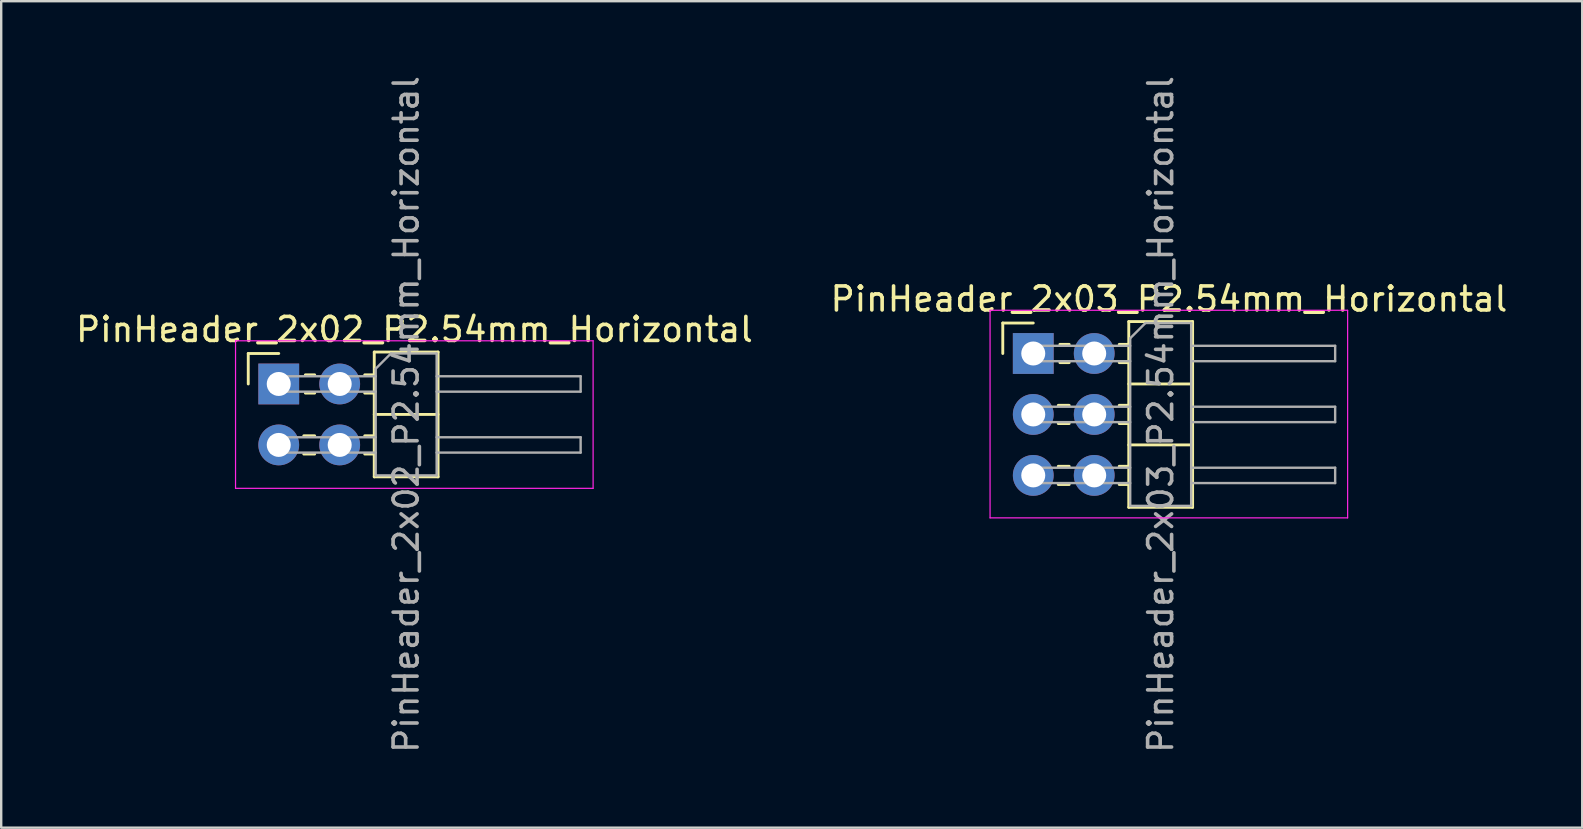
<source format=kicad_pcb>
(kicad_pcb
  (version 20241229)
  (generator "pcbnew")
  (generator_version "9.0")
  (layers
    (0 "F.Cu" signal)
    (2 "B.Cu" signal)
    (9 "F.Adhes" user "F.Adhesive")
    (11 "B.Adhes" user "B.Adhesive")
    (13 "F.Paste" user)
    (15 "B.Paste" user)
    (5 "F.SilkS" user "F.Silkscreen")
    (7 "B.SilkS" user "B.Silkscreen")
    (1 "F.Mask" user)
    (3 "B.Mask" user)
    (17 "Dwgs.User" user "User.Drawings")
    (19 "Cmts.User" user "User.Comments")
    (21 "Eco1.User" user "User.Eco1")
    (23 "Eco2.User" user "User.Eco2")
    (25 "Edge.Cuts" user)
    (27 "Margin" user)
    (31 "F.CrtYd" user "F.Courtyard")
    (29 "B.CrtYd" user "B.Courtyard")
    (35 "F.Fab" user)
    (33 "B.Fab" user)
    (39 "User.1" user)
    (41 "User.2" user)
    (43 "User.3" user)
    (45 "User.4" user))
  (footprint "PinHeader_2x03_P2.54mm_Horizontal"
    (layer "F.Cu")
    (at 40.006 11.68)
    (property "Reference" "PinHeader_2x03_P2.54mm_Horizontal" (at 5.655 -2.27 0) (layer "F.SilkS") (effects (font (size 1 1) (thickness 0.15))))
    (attr through_hole)
    (fp_line (start -1.27 -1.27) (end 0 -1.27) (stroke (width 0.12) (type solid)) (layer "F.SilkS"))
    (fp_line (start -1.27 0) (end -1.27 -1.27) (stroke (width 0.12) (type solid)) (layer "F.SilkS"))
    (fp_line (start 1.043 2.16) (end 1.497 2.16) (stroke (width 0.12) (type solid)) (layer "F.SilkS"))
    (fp_line (start 1.043 2.92) (end 1.497 2.92) (stroke (width 0.12) (type solid)) (layer "F.SilkS"))
    (fp_line (start 1.043 4.7) (end 1.497 4.7) (stroke (width 0.12) (type solid)) (layer "F.SilkS"))
    (fp_line (start 1.043 5.46) (end 1.497 5.46) (stroke (width 0.12) (type solid)) (layer "F.SilkS"))
    (fp_line (start 1.11 -0.38) (end 1.497 -0.38) (stroke (width 0.12) (type solid)) (layer "F.SilkS"))
    (fp_line (start 1.11 0.38) (end 1.497 0.38) (stroke (width 0.12) (type solid)) (layer "F.SilkS"))
    (fp_line (start 3.583 -0.38) (end 3.98 -0.38) (stroke (width 0.12) (type solid)) (layer "F.SilkS"))
    (fp_line (start 3.583 0.38) (end 3.98 0.38) (stroke (width 0.12) (type solid)) (layer "F.SilkS"))
    (fp_line (start 3.583 2.16) (end 3.98 2.16) (stroke (width 0.12) (type solid)) (layer "F.SilkS"))
    (fp_line (start 3.583 2.92) (end 3.98 2.92) (stroke (width 0.12) (type solid)) (layer "F.SilkS"))
    (fp_line (start 3.583 4.7) (end 3.98 4.7) (stroke (width 0.12) (type solid)) (layer "F.SilkS"))
    (fp_line (start 3.583 5.46) (end 3.98 5.46) (stroke (width 0.12) (type solid)) (layer "F.SilkS"))
    (fp_line (start 3.98 -1.33) (end 3.98 6.41) (stroke (width 0.12) (type solid)) (layer "F.SilkS"))
    (fp_line (start 3.98 1.27) (end 6.64 1.27) (stroke (width 0.12) (type solid)) (layer "F.SilkS"))
    (fp_line (start 3.98 3.81) (end 6.64 3.81) (stroke (width 0.12) (type solid)) (layer "F.SilkS"))
    (fp_line (start 3.98 6.41) (end 6.64 6.41) (stroke (width 0.12) (type solid)) (layer "F.SilkS"))
    (fp_line (start 6.64 -1.33) (end 3.98 -1.33) (stroke (width 0.12) (type solid)) (layer "F.SilkS"))
    (fp_line (start 6.64 6.41) (end 6.64 -1.33) (stroke (width 0.12) (type solid)) (layer "F.SilkS"))
    (fp_line (start -1.8 -1.8) (end -1.8 6.85) (stroke (width 0.05) (type solid)) (layer "F.CrtYd"))
    (fp_line (start -1.8 6.85) (end 13.1 6.85) (stroke (width 0.05) (type solid)) (layer "F.CrtYd"))
    (fp_line (start 13.1 -1.8) (end -1.8 -1.8) (stroke (width 0.05) (type solid)) (layer "F.CrtYd"))
    (fp_line (start 13.1 6.85) (end 13.1 -1.8) (stroke (width 0.05) (type solid)) (layer "F.CrtYd"))
    (fp_line (start -0.32 -0.32) (end -0.32 0.32) (stroke (width 0.1) (type solid)) (layer "F.Fab"))
    (fp_line (start -0.32 -0.32) (end 4.04 -0.32) (stroke (width 0.1) (type solid)) (layer "F.Fab"))
    (fp_line (start -0.32 0.32) (end 4.04 0.32) (stroke (width 0.1) (type solid)) (layer "F.Fab"))
    (fp_line (start -0.32 2.22) (end -0.32 2.86) (stroke (width 0.1) (type solid)) (layer "F.Fab"))
    (fp_line (start -0.32 2.22) (end 4.04 2.22) (stroke (width 0.1) (type solid)) (layer "F.Fab"))
    (fp_line (start -0.32 2.86) (end 4.04 2.86) (stroke (width 0.1) (type solid)) (layer "F.Fab"))
    (fp_line (start -0.32 4.76) (end -0.32 5.4) (stroke (width 0.1) (type solid)) (layer "F.Fab"))
    (fp_line (start -0.32 4.76) (end 4.04 4.76) (stroke (width 0.1) (type solid)) (layer "F.Fab"))
    (fp_line (start -0.32 5.4) (end 4.04 5.4) (stroke (width 0.1) (type solid)) (layer "F.Fab"))
    (fp_line (start 4.04 -0.635) (end 4.675 -1.27) (stroke (width 0.1) (type solid)) (layer "F.Fab"))
    (fp_line (start 4.04 6.35) (end 4.04 -0.635) (stroke (width 0.1) (type solid)) (layer "F.Fab"))
    (fp_line (start 4.675 -1.27) (end 6.58 -1.27) (stroke (width 0.1) (type solid)) (layer "F.Fab"))
    (fp_line (start 6.58 -1.27) (end 6.58 6.35) (stroke (width 0.1) (type solid)) (layer "F.Fab"))
    (fp_line (start 6.58 -0.32) (end 12.58 -0.32) (stroke (width 0.1) (type solid)) (layer "F.Fab"))
    (fp_line (start 6.58 0.32) (end 12.58 0.32) (stroke (width 0.1) (type solid)) (layer "F.Fab"))
    (fp_line (start 6.58 2.22) (end 12.58 2.22) (stroke (width 0.1) (type solid)) (layer "F.Fab"))
    (fp_line (start 6.58 2.86) (end 12.58 2.86) (stroke (width 0.1) (type solid)) (layer "F.Fab"))
    (fp_line (start 6.58 4.76) (end 12.58 4.76) (stroke (width 0.1) (type solid)) (layer "F.Fab"))
    (fp_line (start 6.58 5.4) (end 12.58 5.4) (stroke (width 0.1) (type solid)) (layer "F.Fab"))
    (fp_line (start 6.58 6.35) (end 4.04 6.35) (stroke (width 0.1) (type solid)) (layer "F.Fab"))
    (fp_line (start 12.58 -0.32) (end 12.58 0.32) (stroke (width 0.1) (type solid)) (layer "F.Fab"))
    (fp_line (start 12.58 2.22) (end 12.58 2.86) (stroke (width 0.1) (type solid)) (layer "F.Fab"))
    (fp_line (start 12.58 4.76) (end 12.58 5.4) (stroke (width 0.1) (type solid)) (layer "F.Fab"))
    (fp_text user "${REFERENCE}" (at 5.31 2.54 90) (layer "F.Fab") (effects (font (size 1 1) (thickness 0.15))))
    (pad "1" thru_hole rect (at 0 0) (size 1.7 1.7) (drill 1) (layers "*.Cu" "*.Mask"))
    (pad "2" thru_hole oval (at 2.54 0) (size 1.7 1.7) (drill 1) (layers "*.Cu" "*.Mask"))
    (pad "3" thru_hole oval (at 0 2.54) (size 1.7 1.7) (drill 1) (layers "*.Cu" "*.Mask"))
    (pad "4" thru_hole oval (at 2.54 2.54) (size 1.7 1.7) (drill 1) (layers "*.Cu" "*.Mask"))
    (pad "5" thru_hole oval (at 0 5.08) (size 1.7 1.7) (drill 1) (layers "*.Cu" "*.Mask"))
    (pad "6" thru_hole oval (at 2.54 5.08) (size 1.7 1.7) (drill 1) (layers "*.Cu" "*.Mask")))
  (footprint "PinHeader_2x02_P2.54mm_Horizontal"
    (layer "F.Cu")
    (at 8.565 12.95)
    (property "Reference" "PinHeader_2x02_P2.54mm_Horizontal" (at 5.655 -2.27 0) (layer "F.SilkS") (effects (font (size 1 1) (thickness 0.15))))
    (attr through_hole)
    (fp_line (start -1.27 -1.27) (end 0 -1.27) (stroke (width 0.12) (type solid)) (layer "F.SilkS"))
    (fp_line (start -1.27 0) (end -1.27 -1.27) (stroke (width 0.12) (type solid)) (layer "F.SilkS"))
    (fp_line (start 1.043 2.16) (end 1.497 2.16) (stroke (width 0.12) (type solid)) (layer "F.SilkS"))
    (fp_line (start 1.043 2.92) (end 1.497 2.92) (stroke (width 0.12) (type solid)) (layer "F.SilkS"))
    (fp_line (start 1.11 -0.38) (end 1.497 -0.38) (stroke (width 0.12) (type solid)) (layer "F.SilkS"))
    (fp_line (start 1.11 0.38) (end 1.497 0.38) (stroke (width 0.12) (type solid)) (layer "F.SilkS"))
    (fp_line (start 3.583 -0.38) (end 3.98 -0.38) (stroke (width 0.12) (type solid)) (layer "F.SilkS"))
    (fp_line (start 3.583 0.38) (end 3.98 0.38) (stroke (width 0.12) (type solid)) (layer "F.SilkS"))
    (fp_line (start 3.583 2.16) (end 3.98 2.16) (stroke (width 0.12) (type solid)) (layer "F.SilkS"))
    (fp_line (start 3.583 2.92) (end 3.98 2.92) (stroke (width 0.12) (type solid)) (layer "F.SilkS"))
    (fp_line (start 3.98 -1.33) (end 3.98 3.87) (stroke (width 0.12) (type solid)) (layer "F.SilkS"))
    (fp_line (start 3.98 1.27) (end 6.64 1.27) (stroke (width 0.12) (type solid)) (layer "F.SilkS"))
    (fp_line (start 3.98 3.87) (end 6.64 3.87) (stroke (width 0.12) (type solid)) (layer "F.SilkS"))
    (fp_line (start 6.64 -1.33) (end 3.98 -1.33) (stroke (width 0.12) (type solid)) (layer "F.SilkS"))
    (fp_line (start 6.64 3.87) (end 6.64 -1.33) (stroke (width 0.12) (type solid)) (layer "F.SilkS"))
    (fp_line (start -1.8 -1.8) (end -1.8 4.35) (stroke (width 0.05) (type solid)) (layer "F.CrtYd"))
    (fp_line (start -1.8 4.35) (end 13.1 4.35) (stroke (width 0.05) (type solid)) (layer "F.CrtYd"))
    (fp_line (start 13.1 -1.8) (end -1.8 -1.8) (stroke (width 0.05) (type solid)) (layer "F.CrtYd"))
    (fp_line (start 13.1 4.35) (end 13.1 -1.8) (stroke (width 0.05) (type solid)) (layer "F.CrtYd"))
    (fp_line (start -0.32 -0.32) (end -0.32 0.32) (stroke (width 0.1) (type solid)) (layer "F.Fab"))
    (fp_line (start -0.32 -0.32) (end 4.04 -0.32) (stroke (width 0.1) (type solid)) (layer "F.Fab"))
    (fp_line (start -0.32 0.32) (end 4.04 0.32) (stroke (width 0.1) (type solid)) (layer "F.Fab"))
    (fp_line (start -0.32 2.22) (end -0.32 2.86) (stroke (width 0.1) (type solid)) (layer "F.Fab"))
    (fp_line (start -0.32 2.22) (end 4.04 2.22) (stroke (width 0.1) (type solid)) (layer "F.Fab"))
    (fp_line (start -0.32 2.86) (end 4.04 2.86) (stroke (width 0.1) (type solid)) (layer "F.Fab"))
    (fp_line (start 4.04 -0.635) (end 4.675 -1.27) (stroke (width 0.1) (type solid)) (layer "F.Fab"))
    (fp_line (start 4.04 3.81) (end 4.04 -0.635) (stroke (width 0.1) (type solid)) (layer "F.Fab"))
    (fp_line (start 4.675 -1.27) (end 6.58 -1.27) (stroke (width 0.1) (type solid)) (layer "F.Fab"))
    (fp_line (start 6.58 -1.27) (end 6.58 3.81) (stroke (width 0.1) (type solid)) (layer "F.Fab"))
    (fp_line (start 6.58 -0.32) (end 12.58 -0.32) (stroke (width 0.1) (type solid)) (layer "F.Fab"))
    (fp_line (start 6.58 0.32) (end 12.58 0.32) (stroke (width 0.1) (type solid)) (layer "F.Fab"))
    (fp_line (start 6.58 2.22) (end 12.58 2.22) (stroke (width 0.1) (type solid)) (layer "F.Fab"))
    (fp_line (start 6.58 2.86) (end 12.58 2.86) (stroke (width 0.1) (type solid)) (layer "F.Fab"))
    (fp_line (start 6.58 3.81) (end 4.04 3.81) (stroke (width 0.1) (type solid)) (layer "F.Fab"))
    (fp_line (start 12.58 -0.32) (end 12.58 0.32) (stroke (width 0.1) (type solid)) (layer "F.Fab"))
    (fp_line (start 12.58 2.22) (end 12.58 2.86) (stroke (width 0.1) (type solid)) (layer "F.Fab"))
    (fp_text user "${REFERENCE}" (at 5.31 1.27 90) (layer "F.Fab") (effects (font (size 1 1) (thickness 0.15))))
    (pad "1" thru_hole rect (at 0 0) (size 1.7 1.7) (drill 1) (layers "*.Cu" "*.Mask"))
    (pad "2" thru_hole oval (at 2.54 0) (size 1.7 1.7) (drill 1) (layers "*.Cu" "*.Mask"))
    (pad "3" thru_hole oval (at 0 2.54) (size 1.7 1.7) (drill 1) (layers "*.Cu" "*.Mask"))
    (pad "4" thru_hole oval (at 2.54 2.54) (size 1.7 1.7) (drill 1) (layers "*.Cu" "*.Mask")))
  (gr_rect
    (start -3 -3)
    (end 62.881 31.44)
    (stroke (width 0.1) (type default))
    (fill no)
    (layer "Edge.Cuts")))
</source>
